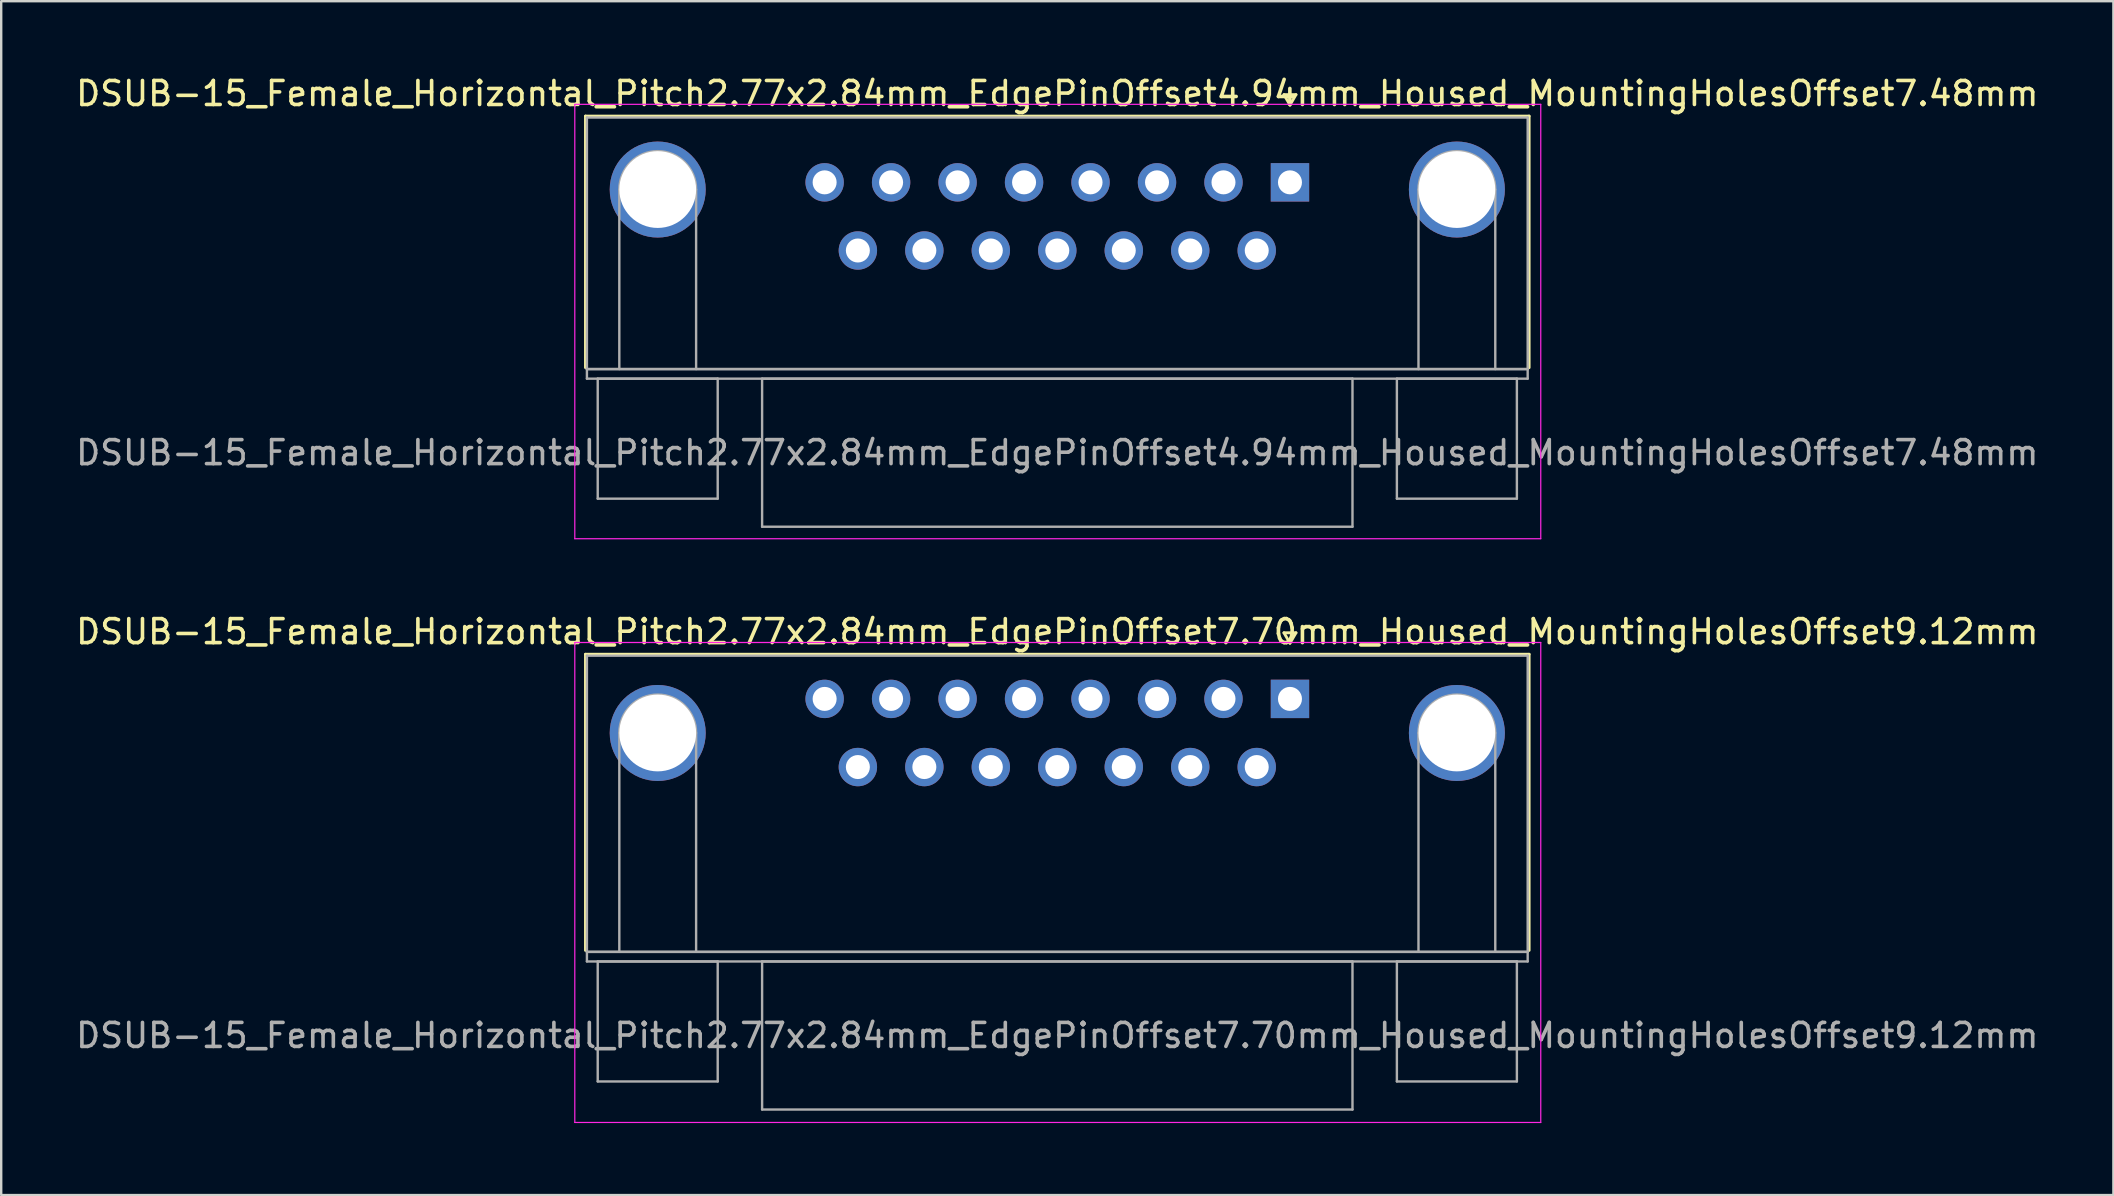
<source format=kicad_pcb>
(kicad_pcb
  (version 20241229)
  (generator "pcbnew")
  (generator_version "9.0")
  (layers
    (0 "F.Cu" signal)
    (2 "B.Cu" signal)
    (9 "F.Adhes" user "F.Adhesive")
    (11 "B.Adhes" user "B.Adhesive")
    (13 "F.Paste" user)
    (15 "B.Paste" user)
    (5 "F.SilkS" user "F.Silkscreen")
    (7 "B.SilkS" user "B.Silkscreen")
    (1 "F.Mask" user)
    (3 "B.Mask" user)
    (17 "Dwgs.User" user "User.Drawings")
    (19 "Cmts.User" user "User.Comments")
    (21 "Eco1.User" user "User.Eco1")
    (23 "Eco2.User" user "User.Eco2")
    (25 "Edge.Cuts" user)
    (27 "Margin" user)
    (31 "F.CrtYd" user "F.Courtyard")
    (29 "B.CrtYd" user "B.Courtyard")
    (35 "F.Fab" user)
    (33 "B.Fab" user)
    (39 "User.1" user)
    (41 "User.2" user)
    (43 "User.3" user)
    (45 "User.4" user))
  (footprint "DSUB-15_Female_Horizontal_Pitch2.77x2.84mm_EdgePinOffset4.94mm_Housed_MountingHolesOffset7.48mm"
    (layer "F.Cu")
    (at 50.701 4.548)
    (property "Reference" "DSUB-15_Female_Horizontal_Pitch2.77x2.84mm_EdgePinOffset4.94mm_Housed_MountingHolesOffset7.48mm" (at -9.695 -3.7 0) (layer "F.SilkS") (effects (font (size 1 1) (thickness 0.15))))
    (attr through_hole)
    (fp_line (start -29.355 -2.76) (end 9.965 -2.76) (stroke (width 0.12) (type solid)) (layer "F.SilkS"))
    (fp_line (start -29.355 7.72) (end -29.355 -2.76) (stroke (width 0.12) (type solid)) (layer "F.SilkS"))
    (fp_line (start -0.25 -3.654) (end 0.25 -3.654) (stroke (width 0.12) (type solid)) (layer "F.SilkS"))
    (fp_line (start 0 -3.221) (end -0.25 -3.654) (stroke (width 0.12) (type solid)) (layer "F.SilkS"))
    (fp_line (start 0.25 -3.654) (end 0 -3.221) (stroke (width 0.12) (type solid)) (layer "F.SilkS"))
    (fp_line (start 9.965 -2.76) (end 9.965 7.72) (stroke (width 0.12) (type solid)) (layer "F.SilkS"))
    (fp_line (start -29.8 -3.25) (end -29.8 14.85) (stroke (width 0.05) (type solid)) (layer "F.CrtYd"))
    (fp_line (start -29.8 14.85) (end 10.45 14.85) (stroke (width 0.05) (type solid)) (layer "F.CrtYd"))
    (fp_line (start 10.45 -3.25) (end -29.8 -3.25) (stroke (width 0.05) (type solid)) (layer "F.CrtYd"))
    (fp_line (start 10.45 14.85) (end 10.45 -3.25) (stroke (width 0.05) (type solid)) (layer "F.CrtYd"))
    (fp_line (start -29.295 -2.7) (end -29.295 7.78) (stroke (width 0.1) (type solid)) (layer "F.Fab"))
    (fp_line (start -29.295 7.78) (end -29.295 8.18) (stroke (width 0.1) (type solid)) (layer "F.Fab"))
    (fp_line (start -29.295 7.78) (end 9.905 7.78) (stroke (width 0.1) (type solid)) (layer "F.Fab"))
    (fp_line (start -29.295 8.18) (end 9.905 8.18) (stroke (width 0.1) (type solid)) (layer "F.Fab"))
    (fp_line (start -28.845 8.18) (end -28.845 13.18) (stroke (width 0.1) (type solid)) (layer "F.Fab"))
    (fp_line (start -28.845 13.18) (end -23.845 13.18) (stroke (width 0.1) (type solid)) (layer "F.Fab"))
    (fp_line (start -27.945 7.78) (end -27.945 0.3) (stroke (width 0.1) (type solid)) (layer "F.Fab"))
    (fp_line (start -24.745 7.78) (end -24.745 0.3) (stroke (width 0.1) (type solid)) (layer "F.Fab"))
    (fp_line (start -23.845 8.18) (end -28.845 8.18) (stroke (width 0.1) (type solid)) (layer "F.Fab"))
    (fp_line (start -23.845 13.18) (end -23.845 8.18) (stroke (width 0.1) (type solid)) (layer "F.Fab"))
    (fp_line (start -21.995 8.18) (end -21.995 14.35) (stroke (width 0.1) (type solid)) (layer "F.Fab"))
    (fp_line (start -21.995 14.35) (end 2.605 14.35) (stroke (width 0.1) (type solid)) (layer "F.Fab"))
    (fp_line (start 2.605 8.18) (end -21.995 8.18) (stroke (width 0.1) (type solid)) (layer "F.Fab"))
    (fp_line (start 2.605 14.35) (end 2.605 8.18) (stroke (width 0.1) (type solid)) (layer "F.Fab"))
    (fp_line (start 4.455 8.18) (end 4.455 13.18) (stroke (width 0.1) (type solid)) (layer "F.Fab"))
    (fp_line (start 4.455 13.18) (end 9.455 13.18) (stroke (width 0.1) (type solid)) (layer "F.Fab"))
    (fp_line (start 5.355 7.78) (end 5.355 0.3) (stroke (width 0.1) (type solid)) (layer "F.Fab"))
    (fp_line (start 8.555 7.78) (end 8.555 0.3) (stroke (width 0.1) (type solid)) (layer "F.Fab"))
    (fp_line (start 9.455 8.18) (end 4.455 8.18) (stroke (width 0.1) (type solid)) (layer "F.Fab"))
    (fp_line (start 9.455 13.18) (end 9.455 8.18) (stroke (width 0.1) (type solid)) (layer "F.Fab"))
    (fp_line (start 9.905 -2.7) (end -29.295 -2.7) (stroke (width 0.1) (type solid)) (layer "F.Fab"))
    (fp_line (start 9.905 7.78) (end -29.295 7.78) (stroke (width 0.1) (type solid)) (layer "F.Fab"))
    (fp_line (start 9.905 7.78) (end 9.905 -2.7) (stroke (width 0.1) (type solid)) (layer "F.Fab"))
    (fp_line (start 9.905 8.18) (end 9.905 7.78) (stroke (width 0.1) (type solid)) (layer "F.Fab"))
    (fp_arc (start -27.945 0.3) (mid -26.345 -1.3) (end -24.745 0.3) (stroke (width 0.1) (type solid)) (layer "F.Fab"))
    (fp_arc (start 5.355 0.3) (mid 6.955 -1.3) (end 8.555 0.3) (stroke (width 0.1) (type solid)) (layer "F.Fab"))
    (fp_text user "${REFERENCE}" (at -9.695 11.265 0) (layer "F.Fab") (effects (font (size 1 1) (thickness 0.15))))
    (pad "0" thru_hole circle (at -26.345 0.3) (size 4 4) (drill 3.2) (layers "*.Cu" "*.Mask"))
    (pad "0" thru_hole circle (at 6.955 0.3) (size 4 4) (drill 3.2) (layers "*.Cu" "*.Mask"))
    (pad "1" thru_hole rect (at 0 0) (size 1.6 1.6) (drill 1) (layers "*.Cu" "*.Mask"))
    (pad "2" thru_hole circle (at -2.77 0) (size 1.6 1.6) (drill 1) (layers "*.Cu" "*.Mask"))
    (pad "3" thru_hole circle (at -5.54 0) (size 1.6 1.6) (drill 1) (layers "*.Cu" "*.Mask"))
    (pad "4" thru_hole circle (at -8.31 0) (size 1.6 1.6) (drill 1) (layers "*.Cu" "*.Mask"))
    (pad "5" thru_hole circle (at -11.08 0) (size 1.6 1.6) (drill 1) (layers "*.Cu" "*.Mask"))
    (pad "6" thru_hole circle (at -13.85 0) (size 1.6 1.6) (drill 1) (layers "*.Cu" "*.Mask"))
    (pad "7" thru_hole circle (at -16.62 0) (size 1.6 1.6) (drill 1) (layers "*.Cu" "*.Mask"))
    (pad "8" thru_hole circle (at -19.39 0) (size 1.6 1.6) (drill 1) (layers "*.Cu" "*.Mask"))
    (pad "9" thru_hole circle (at -1.385 2.84) (size 1.6 1.6) (drill 1) (layers "*.Cu" "*.Mask"))
    (pad "10" thru_hole circle (at -4.155 2.84) (size 1.6 1.6) (drill 1) (layers "*.Cu" "*.Mask"))
    (pad "11" thru_hole circle (at -6.925 2.84) (size 1.6 1.6) (drill 1) (layers "*.Cu" "*.Mask"))
    (pad "12" thru_hole circle (at -9.695 2.84) (size 1.6 1.6) (drill 1) (layers "*.Cu" "*.Mask"))
    (pad "13" thru_hole circle (at -12.465 2.84) (size 1.6 1.6) (drill 1) (layers "*.Cu" "*.Mask"))
    (pad "14" thru_hole circle (at -15.235 2.84) (size 1.6 1.6) (drill 1) (layers "*.Cu" "*.Mask"))
    (pad "15" thru_hole circle (at -18.005 2.84) (size 1.6 1.6) (drill 1) (layers "*.Cu" "*.Mask")))
  (footprint "DSUB-15_Female_Horizontal_Pitch2.77x2.84mm_EdgePinOffset7.70mm_Housed_MountingHolesOffset9.12mm"
    (layer "F.Cu")
    (at 50.701 26.072)
    (property "Reference" "DSUB-15_Female_Horizontal_Pitch2.77x2.84mm_EdgePinOffset7.70mm_Housed_MountingHolesOffset9.12mm" (at -9.695 -2.8 0) (layer "F.SilkS") (effects (font (size 1 1) (thickness 0.15))))
    (attr through_hole)
    (fp_line (start -29.355 -1.86) (end 9.965 -1.86) (stroke (width 0.12) (type solid)) (layer "F.SilkS"))
    (fp_line (start -29.355 10.48) (end -29.355 -1.86) (stroke (width 0.12) (type solid)) (layer "F.SilkS"))
    (fp_line (start -0.25 -2.754) (end 0.25 -2.754) (stroke (width 0.12) (type solid)) (layer "F.SilkS"))
    (fp_line (start 0 -2.321) (end -0.25 -2.754) (stroke (width 0.12) (type solid)) (layer "F.SilkS"))
    (fp_line (start 0.25 -2.754) (end 0 -2.321) (stroke (width 0.12) (type solid)) (layer "F.SilkS"))
    (fp_line (start 9.965 -1.86) (end 9.965 10.48) (stroke (width 0.12) (type solid)) (layer "F.SilkS"))
    (fp_line (start -29.8 -2.35) (end -29.8 17.65) (stroke (width 0.05) (type solid)) (layer "F.CrtYd"))
    (fp_line (start -29.8 17.65) (end 10.45 17.65) (stroke (width 0.05) (type solid)) (layer "F.CrtYd"))
    (fp_line (start 10.45 -2.35) (end -29.8 -2.35) (stroke (width 0.05) (type solid)) (layer "F.CrtYd"))
    (fp_line (start 10.45 17.65) (end 10.45 -2.35) (stroke (width 0.05) (type solid)) (layer "F.CrtYd"))
    (fp_line (start -29.295 -1.8) (end -29.295 10.54) (stroke (width 0.1) (type solid)) (layer "F.Fab"))
    (fp_line (start -29.295 10.54) (end -29.295 10.94) (stroke (width 0.1) (type solid)) (layer "F.Fab"))
    (fp_line (start -29.295 10.54) (end 9.905 10.54) (stroke (width 0.1) (type solid)) (layer "F.Fab"))
    (fp_line (start -29.295 10.94) (end 9.905 10.94) (stroke (width 0.1) (type solid)) (layer "F.Fab"))
    (fp_line (start -28.845 10.94) (end -28.845 15.94) (stroke (width 0.1) (type solid)) (layer "F.Fab"))
    (fp_line (start -28.845 15.94) (end -23.845 15.94) (stroke (width 0.1) (type solid)) (layer "F.Fab"))
    (fp_line (start -27.945 10.54) (end -27.945 1.42) (stroke (width 0.1) (type solid)) (layer "F.Fab"))
    (fp_line (start -24.745 10.54) (end -24.745 1.42) (stroke (width 0.1) (type solid)) (layer "F.Fab"))
    (fp_line (start -23.845 10.94) (end -28.845 10.94) (stroke (width 0.1) (type solid)) (layer "F.Fab"))
    (fp_line (start -23.845 15.94) (end -23.845 10.94) (stroke (width 0.1) (type solid)) (layer "F.Fab"))
    (fp_line (start -21.995 10.94) (end -21.995 17.11) (stroke (width 0.1) (type solid)) (layer "F.Fab"))
    (fp_line (start -21.995 17.11) (end 2.605 17.11) (stroke (width 0.1) (type solid)) (layer "F.Fab"))
    (fp_line (start 2.605 10.94) (end -21.995 10.94) (stroke (width 0.1) (type solid)) (layer "F.Fab"))
    (fp_line (start 2.605 17.11) (end 2.605 10.94) (stroke (width 0.1) (type solid)) (layer "F.Fab"))
    (fp_line (start 4.455 10.94) (end 4.455 15.94) (stroke (width 0.1) (type solid)) (layer "F.Fab"))
    (fp_line (start 4.455 15.94) (end 9.455 15.94) (stroke (width 0.1) (type solid)) (layer "F.Fab"))
    (fp_line (start 5.355 10.54) (end 5.355 1.42) (stroke (width 0.1) (type solid)) (layer "F.Fab"))
    (fp_line (start 8.555 10.54) (end 8.555 1.42) (stroke (width 0.1) (type solid)) (layer "F.Fab"))
    (fp_line (start 9.455 10.94) (end 4.455 10.94) (stroke (width 0.1) (type solid)) (layer "F.Fab"))
    (fp_line (start 9.455 15.94) (end 9.455 10.94) (stroke (width 0.1) (type solid)) (layer "F.Fab"))
    (fp_line (start 9.905 -1.8) (end -29.295 -1.8) (stroke (width 0.1) (type solid)) (layer "F.Fab"))
    (fp_line (start 9.905 10.54) (end -29.295 10.54) (stroke (width 0.1) (type solid)) (layer "F.Fab"))
    (fp_line (start 9.905 10.54) (end 9.905 -1.8) (stroke (width 0.1) (type solid)) (layer "F.Fab"))
    (fp_line (start 9.905 10.94) (end 9.905 10.54) (stroke (width 0.1) (type solid)) (layer "F.Fab"))
    (fp_arc (start -27.945 1.42) (mid -26.345 -0.18) (end -24.745 1.42) (stroke (width 0.1) (type solid)) (layer "F.Fab"))
    (fp_arc (start 5.355 1.42) (mid 6.955 -0.18) (end 8.555 1.42) (stroke (width 0.1) (type solid)) (layer "F.Fab"))
    (fp_text user "${REFERENCE}" (at -9.695 14.025 0) (layer "F.Fab") (effects (font (size 1 1) (thickness 0.15))))
    (pad "0" thru_hole circle (at -26.345 1.42) (size 4 4) (drill 3.2) (layers "*.Cu" "*.Mask"))
    (pad "0" thru_hole circle (at 6.955 1.42) (size 4 4) (drill 3.2) (layers "*.Cu" "*.Mask"))
    (pad "1" thru_hole rect (at 0 0) (size 1.6 1.6) (drill 1) (layers "*.Cu" "*.Mask"))
    (pad "2" thru_hole circle (at -2.77 0) (size 1.6 1.6) (drill 1) (layers "*.Cu" "*.Mask"))
    (pad "3" thru_hole circle (at -5.54 0) (size 1.6 1.6) (drill 1) (layers "*.Cu" "*.Mask"))
    (pad "4" thru_hole circle (at -8.31 0) (size 1.6 1.6) (drill 1) (layers "*.Cu" "*.Mask"))
    (pad "5" thru_hole circle (at -11.08 0) (size 1.6 1.6) (drill 1) (layers "*.Cu" "*.Mask"))
    (pad "6" thru_hole circle (at -13.85 0) (size 1.6 1.6) (drill 1) (layers "*.Cu" "*.Mask"))
    (pad "7" thru_hole circle (at -16.62 0) (size 1.6 1.6) (drill 1) (layers "*.Cu" "*.Mask"))
    (pad "8" thru_hole circle (at -19.39 0) (size 1.6 1.6) (drill 1) (layers "*.Cu" "*.Mask"))
    (pad "9" thru_hole circle (at -1.385 2.84) (size 1.6 1.6) (drill 1) (layers "*.Cu" "*.Mask"))
    (pad "10" thru_hole circle (at -4.155 2.84) (size 1.6 1.6) (drill 1) (layers "*.Cu" "*.Mask"))
    (pad "11" thru_hole circle (at -6.925 2.84) (size 1.6 1.6) (drill 1) (layers "*.Cu" "*.Mask"))
    (pad "12" thru_hole circle (at -9.695 2.84) (size 1.6 1.6) (drill 1) (layers "*.Cu" "*.Mask"))
    (pad "13" thru_hole circle (at -12.465 2.84) (size 1.6 1.6) (drill 1) (layers "*.Cu" "*.Mask"))
    (pad "14" thru_hole circle (at -15.235 2.84) (size 1.6 1.6) (drill 1) (layers "*.Cu" "*.Mask"))
    (pad "15" thru_hole circle (at -18.005 2.84) (size 1.6 1.6) (drill 1) (layers "*.Cu" "*.Mask")))
  (gr_rect
    (start -3 -3)
    (end 85.012 46.746)
    (stroke (width 0.1) (type default))
    (fill no)
    (layer "Edge.Cuts")))
</source>
